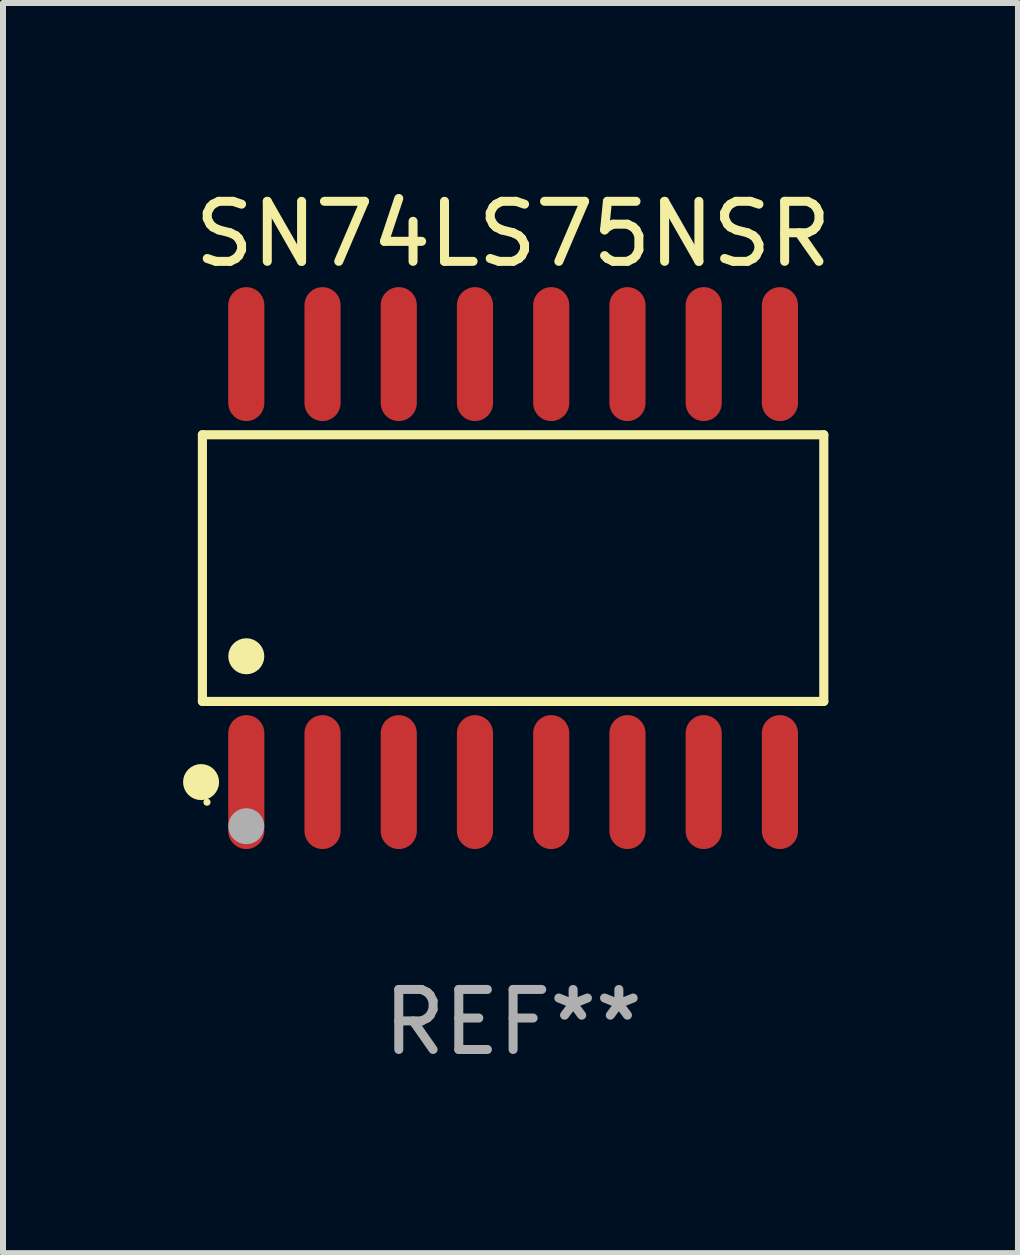
<source format=kicad_pcb>
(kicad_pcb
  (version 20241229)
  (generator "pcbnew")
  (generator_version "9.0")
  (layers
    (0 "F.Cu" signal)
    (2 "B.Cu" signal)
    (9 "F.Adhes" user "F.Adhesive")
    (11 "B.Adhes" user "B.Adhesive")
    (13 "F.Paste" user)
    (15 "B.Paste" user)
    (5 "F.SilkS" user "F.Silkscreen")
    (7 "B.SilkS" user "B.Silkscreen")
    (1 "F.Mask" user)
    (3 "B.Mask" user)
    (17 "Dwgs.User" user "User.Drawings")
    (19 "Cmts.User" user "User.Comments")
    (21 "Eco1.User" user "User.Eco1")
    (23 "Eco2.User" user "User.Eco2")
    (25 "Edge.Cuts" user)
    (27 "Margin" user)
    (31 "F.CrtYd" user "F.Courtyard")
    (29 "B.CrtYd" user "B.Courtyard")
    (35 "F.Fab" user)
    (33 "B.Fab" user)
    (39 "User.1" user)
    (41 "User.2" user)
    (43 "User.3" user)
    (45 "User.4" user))
  (footprint "SN74LS75NSR"
    (layer "F.Cu")
    (at 5.498 6.414)
    (property "Reference" "SN74LS75NSR" (at 0 -5.565 0) (layer "F.SilkS") (effects (font (size 1 1) (thickness 0.15))))
    (attr through_hole)
    (fp_line (start -5.176 -2.221) (end 5.176 -2.221) (stroke (width 0.152) (type solid)) (layer "F.SilkS"))
    (fp_line (start -5.176 2.221) (end -5.176 -2.221) (stroke (width 0.152) (type solid)) (layer "F.SilkS"))
    (fp_line (start 5.176 -2.221) (end 5.176 2.221) (stroke (width 0.152) (type solid)) (layer "F.SilkS"))
    (fp_line (start 5.176 2.221) (end -5.176 2.221) (stroke (width 0.152) (type solid)) (layer "F.SilkS"))
    (fp_circle (center -5.198 3.565) (end -5.048 3.565) (stroke (width 0.3) (type solid)) (fill no) (layer "F.SilkS"))
    (fp_circle (center -5.1 3.9) (end -5.07 3.9) (stroke (width 0.06) (type solid)) (fill no) (layer "F.SilkS"))
    (fp_circle (center -4.445 1.469) (end -4.295 1.469) (stroke (width 0.3) (type solid)) (fill no) (layer "F.SilkS"))
    (fp_circle (center -4.445 4.3) (end -4.295 4.3) (stroke (width 0.3) (type solid)) (fill no) (layer "F.Fab"))
    (fp_text user "REF**" (at 0 7.565 0) (layer "F.Fab") (effects (font (size 1 1) (thickness 0.15))))
    (pad "1" smd oval (at -4.445 3.565) (size 0.602 2.231) (layers "F.Cu" "F.Mask" "F.Paste"))
    (pad "2" smd oval (at -3.175 3.565) (size 0.602 2.231) (layers "F.Cu" "F.Mask" "F.Paste"))
    (pad "3" smd oval (at -1.905 3.565) (size 0.602 2.231) (layers "F.Cu" "F.Mask" "F.Paste"))
    (pad "4" smd oval (at -0.635 3.565) (size 0.602 2.231) (layers "F.Cu" "F.Mask" "F.Paste"))
    (pad "5" smd oval (at 0.635 3.565) (size 0.602 2.231) (layers "F.Cu" "F.Mask" "F.Paste"))
    (pad "6" smd oval (at 1.905 3.565) (size 0.602 2.231) (layers "F.Cu" "F.Mask" "F.Paste"))
    (pad "7" smd oval (at 3.175 3.565) (size 0.602 2.231) (layers "F.Cu" "F.Mask" "F.Paste"))
    (pad "8" smd oval (at 4.445 3.565) (size 0.602 2.231) (layers "F.Cu" "F.Mask" "F.Paste"))
    (pad "9" smd oval (at 4.445 -3.565) (size 0.602 2.231) (layers "F.Cu" "F.Mask" "F.Paste"))
    (pad "10" smd oval (at 3.175 -3.565) (size 0.602 2.231) (layers "F.Cu" "F.Mask" "F.Paste"))
    (pad "11" smd oval (at 1.905 -3.565) (size 0.602 2.231) (layers "F.Cu" "F.Mask" "F.Paste"))
    (pad "12" smd oval (at 0.635 -3.565) (size 0.602 2.231) (layers "F.Cu" "F.Mask" "F.Paste"))
    (pad "13" smd oval (at -0.635 -3.565) (size 0.602 2.231) (layers "F.Cu" "F.Mask" "F.Paste"))
    (pad "14" smd oval (at -1.905 -3.565) (size 0.602 2.231) (layers "F.Cu" "F.Mask" "F.Paste"))
    (pad "15" smd oval (at -3.175 -3.565) (size 0.602 2.231) (layers "F.Cu" "F.Mask" "F.Paste"))
    (pad "16" smd oval (at -4.445 -3.565) (size 0.602 2.231) (layers "F.Cu" "F.Mask" "F.Paste")))
  (gr_rect
    (start -3 -3)
    (end 13.909 17.827)
    (stroke (width 0.1) (type default))
    (fill no)
    (layer "Edge.Cuts")))
</source>
